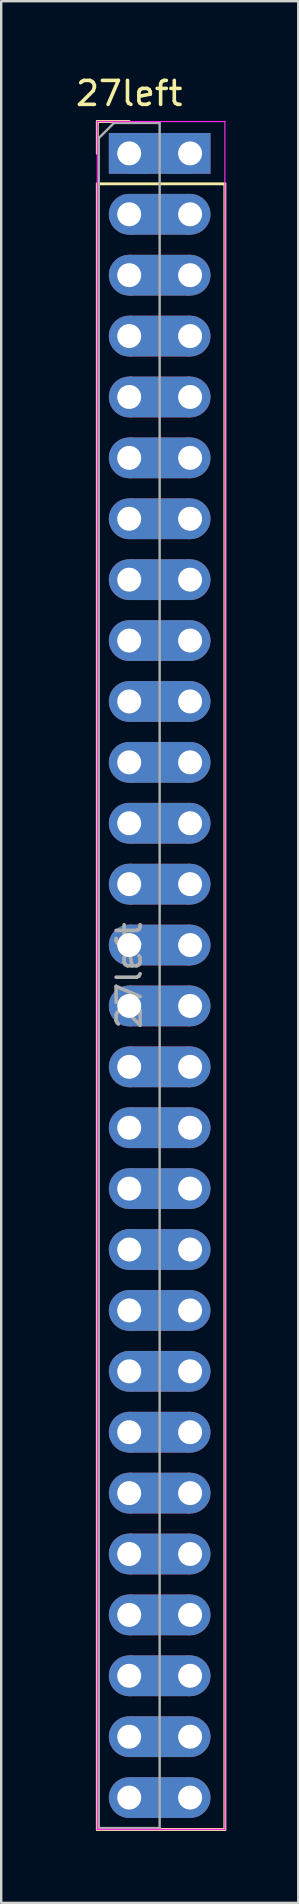
<source format=kicad_pcb>
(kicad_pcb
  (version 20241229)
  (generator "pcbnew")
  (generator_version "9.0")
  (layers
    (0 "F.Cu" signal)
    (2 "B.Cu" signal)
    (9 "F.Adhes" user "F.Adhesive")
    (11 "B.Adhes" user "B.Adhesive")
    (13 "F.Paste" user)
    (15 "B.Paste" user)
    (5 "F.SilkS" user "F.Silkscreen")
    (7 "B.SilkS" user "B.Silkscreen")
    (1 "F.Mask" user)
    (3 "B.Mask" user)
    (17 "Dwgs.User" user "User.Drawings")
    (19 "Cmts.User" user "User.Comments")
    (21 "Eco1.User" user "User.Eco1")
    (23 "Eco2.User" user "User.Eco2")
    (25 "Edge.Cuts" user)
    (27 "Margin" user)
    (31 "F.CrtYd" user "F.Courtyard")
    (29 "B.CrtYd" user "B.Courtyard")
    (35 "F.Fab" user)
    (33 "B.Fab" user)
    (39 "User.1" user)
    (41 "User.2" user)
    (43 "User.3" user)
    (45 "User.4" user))
  (footprint "27left"
    (layer "F.Cu")
    (at 2.339 3.348)
    (property "Reference" "27left" (at 0 -2.5 0) (layer "F.SilkS") (effects (font (size 1 1) (thickness 0.15))))
    (attr through_hole)
    (fp_line (start -1.33 -1.33) (end 0 -1.33) (stroke (width 0.12) (type solid)) (layer "F.SilkS"))
    (fp_line (start -1.33 0) (end -1.33 -1.33) (stroke (width 0.12) (type solid)) (layer "F.SilkS"))
    (fp_line (start -1.33 1.27) (end -1.33 69.91) (stroke (width 0.12) (type solid)) (layer "F.SilkS"))
    (fp_line (start -1.33 1.27) (end 3.99 1.27) (stroke (width 0.12) (type solid)) (layer "F.SilkS"))
    (fp_line (start -1.33 69.91) (end 3.99 69.91) (stroke (width 0.12) (type solid)) (layer "F.SilkS"))
    (fp_line (start 3.99 1.27) (end 3.99 69.91) (stroke (width 0.12) (type solid)) (layer "F.SilkS"))
    (fp_line (start -1.33 -1.33) (end -1.33 69.91) (stroke (width 0.05) (type solid)) (layer "F.CrtYd"))
    (fp_line (start -1.33 69.91) (end 3.99 69.91) (stroke (width 0.05) (type default)) (layer "F.CrtYd"))
    (fp_line (start 3.99 -1.33) (end -1.33 -1.33) (stroke (width 0.05) (type default)) (layer "F.CrtYd"))
    (fp_line (start 3.99 -1.33) (end 3.99 69.91) (stroke (width 0.05) (type solid)) (layer "F.CrtYd"))
    (fp_line (start -1.27 -0.635) (end -0.635 -1.27) (stroke (width 0.1) (type solid)) (layer "F.Fab"))
    (fp_line (start -1.27 69.85) (end -1.27 -0.635) (stroke (width 0.1) (type solid)) (layer "F.Fab"))
    (fp_line (start -0.635 -1.27) (end 1.27 -1.27) (stroke (width 0.1) (type solid)) (layer "F.Fab"))
    (fp_line (start 1.27 -1.27) (end 1.27 69.85) (stroke (width 0.1) (type solid)) (layer "F.Fab"))
    (fp_line (start 1.27 69.85) (end -1.27 69.85) (stroke (width 0.1) (type solid)) (layer "F.Fab"))
    (fp_text user "${REFERENCE}" (at 0 34.29 90) (layer "F.Fab") (effects (font (size 1 1) (thickness 0.15))))
    (pad "1" thru_hole rect (at 0 0) (size 1.7 1.7) (drill 1) (layers "*.Cu" "*.Mask"))
    (pad "1" smd rect (at 1.27 0) (size 2.54 1.7) (layers "F.Cu" "F.Mask" "F.Paste"))
    (pad "1" smd rect (at 1.27 0) (size 2.54 1.7) (layers "B.Cu" "B.Mask" "B.Paste"))
    (pad "1" thru_hole rect (at 2.54 0) (size 1.7 1.7) (drill 1) (layers "*.Cu" "*.Mask"))
    (pad "2" thru_hole oval (at 0 2.54) (size 1.7 1.7) (drill 1) (layers "*.Cu" "*.Mask"))
    (pad "2" smd rect (at 1.27 2.54) (size 2.54 1.7) (layers "F.Cu" "F.Mask" "F.Paste"))
    (pad "2" smd rect (at 1.27 2.54) (size 2.54 1.7) (layers "B.Cu" "B.Mask" "B.Paste"))
    (pad "2" thru_hole oval (at 2.54 2.54) (size 1.7 1.7) (drill 1) (layers "*.Cu" "*.Mask"))
    (pad "3" thru_hole oval (at 0 5.08) (size 1.7 1.7) (drill 1) (layers "*.Cu" "*.Mask"))
    (pad "3" smd rect (at 1.27 5.08) (size 2.54 1.7) (layers "F.Cu" "F.Mask" "F.Paste"))
    (pad "3" smd rect (at 1.27 5.08) (size 2.54 1.7) (layers "B.Cu" "B.Mask" "B.Paste"))
    (pad "3" thru_hole oval (at 2.54 5.08) (size 1.7 1.7) (drill 1) (layers "*.Cu" "*.Mask"))
    (pad "4" thru_hole oval (at 0 7.62) (size 1.7 1.7) (drill 1) (layers "*.Cu" "*.Mask"))
    (pad "4" smd rect (at 1.27 7.62) (size 2.54 1.7) (layers "F.Cu" "F.Mask" "F.Paste"))
    (pad "4" smd rect (at 1.27 7.62) (size 2.54 1.7) (layers "B.Cu" "B.Mask" "B.Paste"))
    (pad "4" thru_hole oval (at 2.54 7.62) (size 1.7 1.7) (drill 1) (layers "*.Cu" "*.Mask"))
    (pad "5" thru_hole oval (at 0 10.16) (size 1.7 1.7) (drill 1) (layers "*.Cu" "*.Mask"))
    (pad "5" smd rect (at 1.27 10.16) (size 2.54 1.7) (layers "F.Cu" "F.Mask" "F.Paste"))
    (pad "5" smd rect (at 1.27 10.16) (size 2.54 1.7) (layers "B.Cu" "B.Mask" "B.Paste"))
    (pad "5" thru_hole oval (at 2.54 10.16) (size 1.7 1.7) (drill 1) (layers "*.Cu" "*.Mask"))
    (pad "6" thru_hole oval (at 0 12.7) (size 1.7 1.7) (drill 1) (layers "*.Cu" "*.Mask"))
    (pad "6" smd rect (at 1.27 12.7) (size 2.54 1.7) (layers "F.Cu" "F.Mask" "F.Paste"))
    (pad "6" smd rect (at 1.27 12.7) (size 2.54 1.7) (layers "B.Cu" "B.Mask" "B.Paste"))
    (pad "6" thru_hole oval (at 2.54 12.7) (size 1.7 1.7) (drill 1) (layers "*.Cu" "*.Mask"))
    (pad "7" thru_hole oval (at 0 15.24) (size 1.7 1.7) (drill 1) (layers "*.Cu" "*.Mask"))
    (pad "7" smd rect (at 1.27 15.24) (size 2.54 1.7) (layers "F.Cu" "F.Mask" "F.Paste"))
    (pad "7" smd rect (at 1.27 15.24) (size 2.54 1.7) (layers "B.Cu" "B.Mask" "B.Paste"))
    (pad "7" thru_hole oval (at 2.54 15.24) (size 1.7 1.7) (drill 1) (layers "*.Cu" "*.Mask"))
    (pad "8" thru_hole oval (at 0 17.78) (size 1.7 1.7) (drill 1) (layers "*.Cu" "*.Mask"))
    (pad "8" smd rect (at 1.27 17.78) (size 2.54 1.7) (layers "F.Cu" "F.Mask" "F.Paste"))
    (pad "8" smd rect (at 1.27 17.78) (size 2.54 1.7) (layers "B.Cu" "B.Mask" "B.Paste"))
    (pad "8" thru_hole oval (at 2.54 17.78) (size 1.7 1.7) (drill 1) (layers "*.Cu" "*.Mask"))
    (pad "9" thru_hole oval (at 0 20.32) (size 1.7 1.7) (drill 1) (layers "*.Cu" "*.Mask"))
    (pad "9" smd rect (at 1.27 20.32) (size 2.54 1.7) (layers "F.Cu" "F.Mask" "F.Paste"))
    (pad "9" smd rect (at 1.27 20.32) (size 2.54 1.7) (layers "B.Cu" "B.Mask" "B.Paste"))
    (pad "9" thru_hole oval (at 2.54 20.32) (size 1.7 1.7) (drill 1) (layers "*.Cu" "*.Mask"))
    (pad "10" thru_hole oval (at 0 22.86) (size 1.7 1.7) (drill 1) (layers "*.Cu" "*.Mask"))
    (pad "10" smd rect (at 1.27 22.86) (size 2.54 1.7) (layers "F.Cu" "F.Mask" "F.Paste"))
    (pad "10" smd rect (at 1.27 22.86) (size 2.54 1.7) (layers "B.Cu" "B.Mask" "B.Paste"))
    (pad "10" thru_hole oval (at 2.54 22.86) (size 1.7 1.7) (drill 1) (layers "*.Cu" "*.Mask"))
    (pad "11" thru_hole oval (at 0 25.4) (size 1.7 1.7) (drill 1) (layers "*.Cu" "*.Mask"))
    (pad "11" smd rect (at 1.27 25.4) (size 2.54 1.7) (layers "F.Cu" "F.Mask" "F.Paste"))
    (pad "11" smd rect (at 1.27 25.4) (size 2.54 1.7) (layers "B.Cu" "B.Mask" "B.Paste"))
    (pad "11" thru_hole oval (at 2.54 25.4) (size 1.7 1.7) (drill 1) (layers "*.Cu" "*.Mask"))
    (pad "12" thru_hole oval (at 0 27.94) (size 1.7 1.7) (drill 1) (layers "*.Cu" "*.Mask"))
    (pad "12" smd rect (at 1.27 27.94) (size 2.54 1.7) (layers "F.Cu" "F.Mask" "F.Paste"))
    (pad "12" smd rect (at 1.27 27.94) (size 2.54 1.7) (layers "B.Cu" "B.Mask" "B.Paste"))
    (pad "12" thru_hole oval (at 2.54 27.94) (size 1.7 1.7) (drill 1) (layers "*.Cu" "*.Mask"))
    (pad "13" thru_hole oval (at 0 30.48) (size 1.7 1.7) (drill 1) (layers "*.Cu" "*.Mask"))
    (pad "13" smd rect (at 1.27 30.48) (size 2.54 1.7) (layers "F.Cu" "F.Mask" "F.Paste"))
    (pad "13" smd rect (at 1.27 30.48) (size 2.54 1.7) (layers "B.Cu" "B.Mask" "B.Paste"))
    (pad "13" thru_hole oval (at 2.54 30.48) (size 1.7 1.7) (drill 1) (layers "*.Cu" "*.Mask"))
    (pad "14" thru_hole oval (at 0 33.02) (size 1.7 1.7) (drill 1) (layers "*.Cu" "*.Mask"))
    (pad "14" smd rect (at 1.27 33.02) (size 2.54 1.7) (layers "F.Cu" "F.Mask" "F.Paste"))
    (pad "14" smd rect (at 1.27 33.02) (size 2.54 1.7) (layers "B.Cu" "B.Mask" "B.Paste"))
    (pad "14" thru_hole oval (at 2.54 33.02) (size 1.7 1.7) (drill 1) (layers "*.Cu" "*.Mask"))
    (pad "15" thru_hole oval (at 0 35.56) (size 1.7 1.7) (drill 1) (layers "*.Cu" "*.Mask"))
    (pad "15" smd rect (at 1.27 35.56) (size 2.54 1.7) (layers "F.Cu" "F.Mask" "F.Paste"))
    (pad "15" smd rect (at 1.27 35.56) (size 2.54 1.7) (layers "B.Cu" "B.Mask" "B.Paste"))
    (pad "15" thru_hole oval (at 2.54 35.56) (size 1.7 1.7) (drill 1) (layers "*.Cu" "*.Mask"))
    (pad "16" thru_hole oval (at 0 38.1) (size 1.7 1.7) (drill 1) (layers "*.Cu" "*.Mask"))
    (pad "16" smd rect (at 1.27 38.1) (size 2.54 1.7) (layers "F.Cu" "F.Mask" "F.Paste"))
    (pad "16" smd rect (at 1.27 38.1) (size 2.54 1.7) (layers "B.Cu" "B.Mask" "B.Paste"))
    (pad "16" thru_hole oval (at 2.54 38.1) (size 1.7 1.7) (drill 1) (layers "*.Cu" "*.Mask"))
    (pad "17" thru_hole oval (at 0 40.64) (size 1.7 1.7) (drill 1) (layers "*.Cu" "*.Mask"))
    (pad "17" smd rect (at 1.27 40.64) (size 2.54 1.7) (layers "F.Cu" "F.Mask" "F.Paste"))
    (pad "17" smd rect (at 1.27 40.64) (size 2.54 1.7) (layers "B.Cu" "B.Mask" "B.Paste"))
    (pad "17" thru_hole oval (at 2.54 40.64) (size 1.7 1.7) (drill 1) (layers "*.Cu" "*.Mask"))
    (pad "18" thru_hole oval (at 0 43.18) (size 1.7 1.7) (drill 1) (layers "*.Cu" "*.Mask"))
    (pad "18" smd rect (at 1.27 43.18) (size 2.54 1.7) (layers "F.Cu" "F.Mask" "F.Paste"))
    (pad "18" smd rect (at 1.27 43.18) (size 2.54 1.7) (layers "B.Cu" "B.Mask" "B.Paste"))
    (pad "18" thru_hole oval (at 2.54 43.18) (size 1.7 1.7) (drill 1) (layers "*.Cu" "*.Mask"))
    (pad "19" thru_hole oval (at 0 45.72) (size 1.7 1.7) (drill 1) (layers "*.Cu" "*.Mask"))
    (pad "19" smd rect (at 1.27 45.72) (size 2.54 1.7) (layers "F.Cu" "F.Mask" "F.Paste"))
    (pad "19" smd rect (at 1.27 45.72) (size 2.54 1.7) (layers "B.Cu" "B.Mask" "B.Paste"))
    (pad "19" thru_hole oval (at 2.54 45.72) (size 1.7 1.7) (drill 1) (layers "*.Cu" "*.Mask"))
    (pad "20" thru_hole oval (at 0 48.26) (size 1.7 1.7) (drill 1) (layers "*.Cu" "*.Mask"))
    (pad "20" smd rect (at 1.27 48.26) (size 2.54 1.7) (layers "F.Cu" "F.Mask" "F.Paste"))
    (pad "20" smd rect (at 1.27 48.26) (size 2.54 1.7) (layers "B.Cu" "B.Mask" "B.Paste"))
    (pad "20" thru_hole oval (at 2.54 48.26) (size 1.7 1.7) (drill 1) (layers "*.Cu" "*.Mask"))
    (pad "21" thru_hole oval (at 0 50.8) (size 1.7 1.7) (drill 1) (layers "*.Cu" "*.Mask"))
    (pad "21" smd rect (at 1.27 50.8) (size 2.54 1.7) (layers "F.Cu" "F.Mask" "F.Paste"))
    (pad "21" smd rect (at 1.27 50.8) (size 2.54 1.7) (layers "B.Cu" "B.Mask" "B.Paste"))
    (pad "21" thru_hole oval (at 2.54 50.8) (size 1.7 1.7) (drill 1) (layers "*.Cu" "*.Mask"))
    (pad "22" thru_hole oval (at 0 53.34) (size 1.7 1.7) (drill 1) (layers "*.Cu" "*.Mask"))
    (pad "22" smd rect (at 1.27 53.34) (size 2.54 1.7) (layers "F.Cu" "F.Mask" "F.Paste"))
    (pad "22" smd rect (at 1.27 53.34) (size 2.54 1.7) (layers "B.Cu" "B.Mask" "B.Paste"))
    (pad "22" thru_hole oval (at 2.54 53.34) (size 1.7 1.7) (drill 1) (layers "*.Cu" "*.Mask"))
    (pad "23" thru_hole oval (at 0 55.88) (size 1.7 1.7) (drill 1) (layers "*.Cu" "*.Mask"))
    (pad "23" smd rect (at 1.27 55.88) (size 2.54 1.7) (layers "F.Cu" "F.Mask" "F.Paste"))
    (pad "23" smd rect (at 1.27 55.88) (size 2.54 1.7) (layers "B.Cu" "B.Mask" "B.Paste"))
    (pad "23" thru_hole oval (at 2.54 55.88) (size 1.7 1.7) (drill 1) (layers "*.Cu" "*.Mask"))
    (pad "24" thru_hole oval (at 0 58.42) (size 1.7 1.7) (drill 1) (layers "*.Cu" "*.Mask"))
    (pad "24" smd rect (at 1.27 58.42) (size 2.54 1.7) (layers "F.Cu" "F.Mask" "F.Paste"))
    (pad "24" smd rect (at 1.27 58.42) (size 2.54 1.7) (layers "B.Cu" "B.Mask" "B.Paste"))
    (pad "24" thru_hole oval (at 2.54 58.42) (size 1.7 1.7) (drill 1) (layers "*.Cu" "*.Mask"))
    (pad "25" thru_hole oval (at 0 60.96) (size 1.7 1.7) (drill 1) (layers "*.Cu" "*.Mask"))
    (pad "25" smd rect (at 1.27 60.96) (size 2.54 1.7) (layers "F.Cu" "F.Mask" "F.Paste"))
    (pad "25" smd rect (at 1.27 60.96) (size 2.54 1.7) (layers "B.Cu" "B.Mask" "B.Paste"))
    (pad "25" thru_hole oval (at 2.54 60.96) (size 1.7 1.7) (drill 1) (layers "*.Cu" "*.Mask"))
    (pad "26" thru_hole oval (at 0 63.5) (size 1.7 1.7) (drill 1) (layers "*.Cu" "*.Mask"))
    (pad "26" smd rect (at 1.27 63.5) (size 2.54 1.7) (layers "F.Cu" "F.Mask" "F.Paste"))
    (pad "26" smd rect (at 1.27 63.5) (size 2.54 1.7) (layers "B.Cu" "B.Mask" "B.Paste"))
    (pad "26" thru_hole oval (at 2.54 63.5) (size 1.7 1.7) (drill 1) (layers "*.Cu" "*.Mask"))
    (pad "27" thru_hole oval (at 0 66.04) (size 1.7 1.7) (drill 1) (layers "*.Cu" "*.Mask"))
    (pad "27" smd rect (at 1.27 66.04) (size 2.54 1.7) (layers "F.Cu" "F.Mask" "F.Paste"))
    (pad "27" smd rect (at 1.27 66.04) (size 2.54 1.7) (layers "B.Cu" "B.Mask" "B.Paste"))
    (pad "27" thru_hole oval (at 2.54 66.04) (size 1.7 1.7) (drill 1) (layers "*.Cu" "*.Mask"))
    (pad "28" thru_hole oval (at 0 68.58) (size 1.7 1.7) (drill 1) (layers "*.Cu" "*.Mask"))
    (pad "28" smd rect (at 1.27 68.58) (size 2.54 1.7) (layers "F.Cu" "F.Mask" "F.Paste"))
    (pad "28" smd rect (at 1.27 68.58) (size 2.54 1.7) (layers "B.Cu" "B.Mask" "B.Paste"))
    (pad "28" thru_hole oval (at 2.54 68.58) (size 1.7 1.7) (drill 1) (layers "*.Cu" "*.Mask")))
  (gr_rect
    (start -3 -3)
    (end 9.389 76.318)
    (stroke (width 0.1) (type default))
    (fill no)
    (layer "Edge.Cuts")))
</source>
